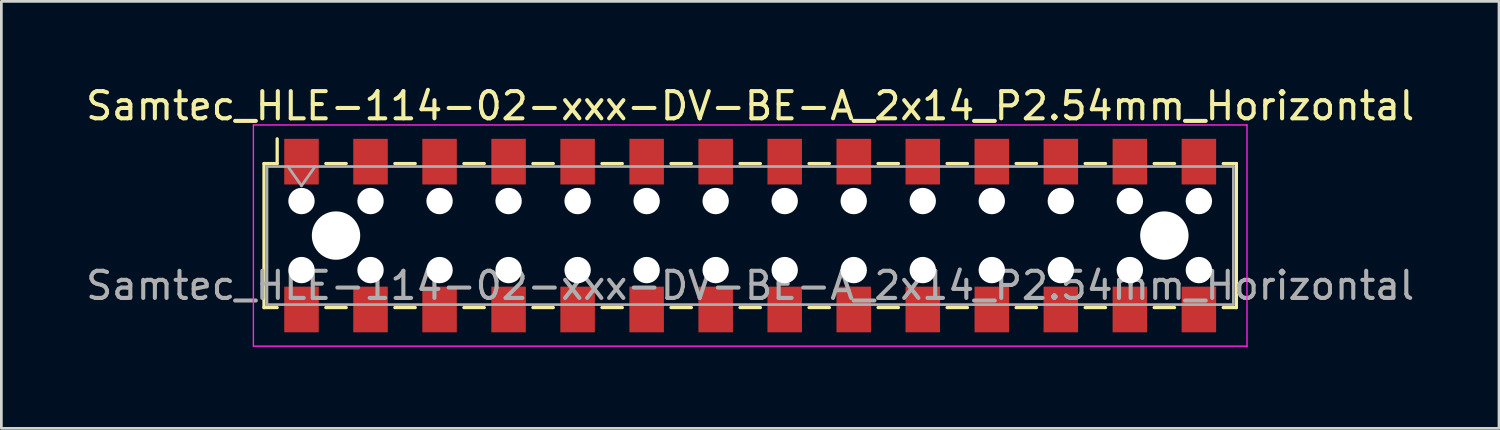
<source format=kicad_pcb>
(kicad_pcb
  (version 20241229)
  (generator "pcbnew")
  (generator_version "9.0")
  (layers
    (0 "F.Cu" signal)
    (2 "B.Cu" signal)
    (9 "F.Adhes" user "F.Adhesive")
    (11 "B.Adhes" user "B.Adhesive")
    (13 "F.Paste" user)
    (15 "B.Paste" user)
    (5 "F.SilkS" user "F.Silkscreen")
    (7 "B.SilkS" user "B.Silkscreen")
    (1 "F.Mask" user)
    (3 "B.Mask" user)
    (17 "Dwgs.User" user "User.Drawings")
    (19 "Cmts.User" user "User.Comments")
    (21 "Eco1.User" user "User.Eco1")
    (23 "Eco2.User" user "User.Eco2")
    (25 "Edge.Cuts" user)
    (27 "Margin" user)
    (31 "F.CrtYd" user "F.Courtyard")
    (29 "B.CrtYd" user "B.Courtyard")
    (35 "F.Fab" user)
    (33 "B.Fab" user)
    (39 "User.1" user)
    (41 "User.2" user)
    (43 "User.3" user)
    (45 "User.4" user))
  (footprint "Samtec_HLE-114-02-xxx-DV-BE-A_2x14_P2.54mm_Horizontal"
    (layer "F.Cu")
    (at 24.554 5.618)
    (property "Reference" "Samtec_HLE-114-02-xxx-DV-BE-A_2x14_P2.54mm_Horizontal" (at 0 -4.77 0) (layer "F.SilkS") (effects (font (size 1 1) (thickness 0.15))))
    (attr smd)
    (fp_line (start -17.89 -2.65) (end -17.89 2.65) (stroke (width 0.12) (type solid)) (layer "F.SilkS"))
    (fp_line (start -17.89 2.65) (end -17.405 2.65) (stroke (width 0.12) (type solid)) (layer "F.SilkS"))
    (fp_line (start -17.405 -3.56) (end -17.405 -2.65) (stroke (width 0.12) (type solid)) (layer "F.SilkS"))
    (fp_line (start -17.405 -2.65) (end -17.89 -2.65) (stroke (width 0.12) (type solid)) (layer "F.SilkS"))
    (fp_line (start -15.615 -2.65) (end -14.865 -2.65) (stroke (width 0.12) (type solid)) (layer "F.SilkS"))
    (fp_line (start -15.615 2.65) (end -14.865 2.65) (stroke (width 0.12) (type solid)) (layer "F.SilkS"))
    (fp_line (start -13.075 -2.65) (end -12.325 -2.65) (stroke (width 0.12) (type solid)) (layer "F.SilkS"))
    (fp_line (start -13.075 2.65) (end -12.325 2.65) (stroke (width 0.12) (type solid)) (layer "F.SilkS"))
    (fp_line (start -10.535 -2.65) (end -9.785 -2.65) (stroke (width 0.12) (type solid)) (layer "F.SilkS"))
    (fp_line (start -10.535 2.65) (end -9.785 2.65) (stroke (width 0.12) (type solid)) (layer "F.SilkS"))
    (fp_line (start -7.995 -2.65) (end -7.245 -2.65) (stroke (width 0.12) (type solid)) (layer "F.SilkS"))
    (fp_line (start -7.995 2.65) (end -7.245 2.65) (stroke (width 0.12) (type solid)) (layer "F.SilkS"))
    (fp_line (start -5.455 -2.65) (end -4.705 -2.65) (stroke (width 0.12) (type solid)) (layer "F.SilkS"))
    (fp_line (start -5.455 2.65) (end -4.705 2.65) (stroke (width 0.12) (type solid)) (layer "F.SilkS"))
    (fp_line (start -2.915 -2.65) (end -2.165 -2.65) (stroke (width 0.12) (type solid)) (layer "F.SilkS"))
    (fp_line (start -2.915 2.65) (end -2.165 2.65) (stroke (width 0.12) (type solid)) (layer "F.SilkS"))
    (fp_line (start -0.375 -2.65) (end 0.375 -2.65) (stroke (width 0.12) (type solid)) (layer "F.SilkS"))
    (fp_line (start -0.375 2.65) (end 0.375 2.65) (stroke (width 0.12) (type solid)) (layer "F.SilkS"))
    (fp_line (start 2.165 -2.65) (end 2.915 -2.65) (stroke (width 0.12) (type solid)) (layer "F.SilkS"))
    (fp_line (start 2.165 2.65) (end 2.915 2.65) (stroke (width 0.12) (type solid)) (layer "F.SilkS"))
    (fp_line (start 4.705 -2.65) (end 5.455 -2.65) (stroke (width 0.12) (type solid)) (layer "F.SilkS"))
    (fp_line (start 4.705 2.65) (end 5.455 2.65) (stroke (width 0.12) (type solid)) (layer "F.SilkS"))
    (fp_line (start 7.245 -2.65) (end 7.995 -2.65) (stroke (width 0.12) (type solid)) (layer "F.SilkS"))
    (fp_line (start 7.245 2.65) (end 7.995 2.65) (stroke (width 0.12) (type solid)) (layer "F.SilkS"))
    (fp_line (start 9.785 -2.65) (end 10.535 -2.65) (stroke (width 0.12) (type solid)) (layer "F.SilkS"))
    (fp_line (start 9.785 2.65) (end 10.535 2.65) (stroke (width 0.12) (type solid)) (layer "F.SilkS"))
    (fp_line (start 12.325 -2.65) (end 13.075 -2.65) (stroke (width 0.12) (type solid)) (layer "F.SilkS"))
    (fp_line (start 12.325 2.65) (end 13.075 2.65) (stroke (width 0.12) (type solid)) (layer "F.SilkS"))
    (fp_line (start 14.865 -2.65) (end 15.615 -2.65) (stroke (width 0.12) (type solid)) (layer "F.SilkS"))
    (fp_line (start 14.865 2.65) (end 15.615 2.65) (stroke (width 0.12) (type solid)) (layer "F.SilkS"))
    (fp_line (start 17.405 -2.65) (end 17.89 -2.65) (stroke (width 0.12) (type solid)) (layer "F.SilkS"))
    (fp_line (start 17.89 -2.65) (end 17.89 2.65) (stroke (width 0.12) (type solid)) (layer "F.SilkS"))
    (fp_line (start 17.89 2.65) (end 17.405 2.65) (stroke (width 0.12) (type solid)) (layer "F.SilkS"))
    (fp_line (start -18.28 -4.07) (end 18.28 -4.07) (stroke (width 0.05) (type solid)) (layer "F.CrtYd"))
    (fp_line (start -18.28 4.07) (end -18.28 -4.07) (stroke (width 0.05) (type solid)) (layer "F.CrtYd"))
    (fp_line (start 18.28 -4.07) (end 18.28 4.07) (stroke (width 0.05) (type solid)) (layer "F.CrtYd"))
    (fp_line (start 18.28 4.07) (end -18.28 4.07) (stroke (width 0.05) (type solid)) (layer "F.CrtYd"))
    (fp_line (start -17.78 -2.54) (end 17.78 -2.54) (stroke (width 0.1) (type solid)) (layer "F.Fab"))
    (fp_line (start -17.78 2.54) (end -17.78 -2.54) (stroke (width 0.1) (type solid)) (layer "F.Fab"))
    (fp_line (start -17.01 -2.54) (end -16.51 -1.833) (stroke (width 0.1) (type solid)) (layer "F.Fab"))
    (fp_line (start -16.51 -1.833) (end -16.01 -2.54) (stroke (width 0.1) (type solid)) (layer "F.Fab"))
    (fp_line (start 17.78 -2.54) (end 17.78 2.54) (stroke (width 0.1) (type solid)) (layer "F.Fab"))
    (fp_line (start 17.78 2.54) (end -17.78 2.54) (stroke (width 0.1) (type solid)) (layer "F.Fab"))
    (fp_text user "${REFERENCE}" (at 0 1.84 0) (layer "F.Fab") (effects (font (size 1 1) (thickness 0.15))))
    (pad "" np_thru_hole circle (at -16.51 -1.27) (size 0.97 0.97) (drill 0.97) (layers "*.Cu" "*.Mask"))
    (pad "" np_thru_hole circle (at -16.51 1.27) (size 0.97 0.97) (drill 0.97) (layers "*.Cu" "*.Mask"))
    (pad "" np_thru_hole circle (at -15.24 0) (size 1.78 1.78) (drill 1.78) (layers "*.Cu" "*.Mask"))
    (pad "" np_thru_hole circle (at -13.97 -1.27) (size 0.97 0.97) (drill 0.97) (layers "*.Cu" "*.Mask"))
    (pad "" np_thru_hole circle (at -13.97 1.27) (size 0.97 0.97) (drill 0.97) (layers "*.Cu" "*.Mask"))
    (pad "" np_thru_hole circle (at -11.43 -1.27) (size 0.97 0.97) (drill 0.97) (layers "*.Cu" "*.Mask"))
    (pad "" np_thru_hole circle (at -11.43 1.27) (size 0.97 0.97) (drill 0.97) (layers "*.Cu" "*.Mask"))
    (pad "" np_thru_hole circle (at -8.89 -1.27) (size 0.97 0.97) (drill 0.97) (layers "*.Cu" "*.Mask"))
    (pad "" np_thru_hole circle (at -8.89 1.27) (size 0.97 0.97) (drill 0.97) (layers "*.Cu" "*.Mask"))
    (pad "" np_thru_hole circle (at -6.35 -1.27) (size 0.97 0.97) (drill 0.97) (layers "*.Cu" "*.Mask"))
    (pad "" np_thru_hole circle (at -6.35 1.27) (size 0.97 0.97) (drill 0.97) (layers "*.Cu" "*.Mask"))
    (pad "" np_thru_hole circle (at -3.81 -1.27) (size 0.97 0.97) (drill 0.97) (layers "*.Cu" "*.Mask"))
    (pad "" np_thru_hole circle (at -3.81 1.27) (size 0.97 0.97) (drill 0.97) (layers "*.Cu" "*.Mask"))
    (pad "" np_thru_hole circle (at -1.27 -1.27) (size 0.97 0.97) (drill 0.97) (layers "*.Cu" "*.Mask"))
    (pad "" np_thru_hole circle (at -1.27 1.27) (size 0.97 0.97) (drill 0.97) (layers "*.Cu" "*.Mask"))
    (pad "" np_thru_hole circle (at 1.27 -1.27) (size 0.97 0.97) (drill 0.97) (layers "*.Cu" "*.Mask"))
    (pad "" np_thru_hole circle (at 1.27 1.27) (size 0.97 0.97) (drill 0.97) (layers "*.Cu" "*.Mask"))
    (pad "" np_thru_hole circle (at 3.81 -1.27) (size 0.97 0.97) (drill 0.97) (layers "*.Cu" "*.Mask"))
    (pad "" np_thru_hole circle (at 3.81 1.27) (size 0.97 0.97) (drill 0.97) (layers "*.Cu" "*.Mask"))
    (pad "" np_thru_hole circle (at 6.35 -1.27) (size 0.97 0.97) (drill 0.97) (layers "*.Cu" "*.Mask"))
    (pad "" np_thru_hole circle (at 6.35 1.27) (size 0.97 0.97) (drill 0.97) (layers "*.Cu" "*.Mask"))
    (pad "" np_thru_hole circle (at 8.89 -1.27) (size 0.97 0.97) (drill 0.97) (layers "*.Cu" "*.Mask"))
    (pad "" np_thru_hole circle (at 8.89 1.27) (size 0.97 0.97) (drill 0.97) (layers "*.Cu" "*.Mask"))
    (pad "" np_thru_hole circle (at 11.43 -1.27) (size 0.97 0.97) (drill 0.97) (layers "*.Cu" "*.Mask"))
    (pad "" np_thru_hole circle (at 11.43 1.27) (size 0.97 0.97) (drill 0.97) (layers "*.Cu" "*.Mask"))
    (pad "" np_thru_hole circle (at 13.97 -1.27) (size 0.97 0.97) (drill 0.97) (layers "*.Cu" "*.Mask"))
    (pad "" np_thru_hole circle (at 13.97 1.27) (size 0.97 0.97) (drill 0.97) (layers "*.Cu" "*.Mask"))
    (pad "" np_thru_hole circle (at 15.24 0) (size 1.78 1.78) (drill 1.78) (layers "*.Cu" "*.Mask"))
    (pad "" np_thru_hole circle (at 16.51 -1.27) (size 0.97 0.97) (drill 0.97) (layers "*.Cu" "*.Mask"))
    (pad "" np_thru_hole circle (at 16.51 1.27) (size 0.97 0.97) (drill 0.97) (layers "*.Cu" "*.Mask"))
    (pad "1" smd rect (at -16.51 -2.72) (size 1.27 1.68) (layers "F.Cu" "F.Mask" "F.Paste"))
    (pad "2" smd rect (at -16.51 2.72) (size 1.27 1.68) (layers "F.Cu" "F.Mask" "F.Paste"))
    (pad "3" smd rect (at -13.97 -2.72) (size 1.27 1.68) (layers "F.Cu" "F.Mask" "F.Paste"))
    (pad "4" smd rect (at -13.97 2.72) (size 1.27 1.68) (layers "F.Cu" "F.Mask" "F.Paste"))
    (pad "5" smd rect (at -11.43 -2.72) (size 1.27 1.68) (layers "F.Cu" "F.Mask" "F.Paste"))
    (pad "6" smd rect (at -11.43 2.72) (size 1.27 1.68) (layers "F.Cu" "F.Mask" "F.Paste"))
    (pad "7" smd rect (at -8.89 -2.72) (size 1.27 1.68) (layers "F.Cu" "F.Mask" "F.Paste"))
    (pad "8" smd rect (at -8.89 2.72) (size 1.27 1.68) (layers "F.Cu" "F.Mask" "F.Paste"))
    (pad "9" smd rect (at -6.35 -2.72) (size 1.27 1.68) (layers "F.Cu" "F.Mask" "F.Paste"))
    (pad "10" smd rect (at -6.35 2.72) (size 1.27 1.68) (layers "F.Cu" "F.Mask" "F.Paste"))
    (pad "11" smd rect (at -3.81 -2.72) (size 1.27 1.68) (layers "F.Cu" "F.Mask" "F.Paste"))
    (pad "12" smd rect (at -3.81 2.72) (size 1.27 1.68) (layers "F.Cu" "F.Mask" "F.Paste"))
    (pad "13" smd rect (at -1.27 -2.72) (size 1.27 1.68) (layers "F.Cu" "F.Mask" "F.Paste"))
    (pad "14" smd rect (at -1.27 2.72) (size 1.27 1.68) (layers "F.Cu" "F.Mask" "F.Paste"))
    (pad "15" smd rect (at 1.27 -2.72) (size 1.27 1.68) (layers "F.Cu" "F.Mask" "F.Paste"))
    (pad "16" smd rect (at 1.27 2.72) (size 1.27 1.68) (layers "F.Cu" "F.Mask" "F.Paste"))
    (pad "17" smd rect (at 3.81 -2.72) (size 1.27 1.68) (layers "F.Cu" "F.Mask" "F.Paste"))
    (pad "18" smd rect (at 3.81 2.72) (size 1.27 1.68) (layers "F.Cu" "F.Mask" "F.Paste"))
    (pad "19" smd rect (at 6.35 -2.72) (size 1.27 1.68) (layers "F.Cu" "F.Mask" "F.Paste"))
    (pad "20" smd rect (at 6.35 2.72) (size 1.27 1.68) (layers "F.Cu" "F.Mask" "F.Paste"))
    (pad "21" smd rect (at 8.89 -2.72) (size 1.27 1.68) (layers "F.Cu" "F.Mask" "F.Paste"))
    (pad "22" smd rect (at 8.89 2.72) (size 1.27 1.68) (layers "F.Cu" "F.Mask" "F.Paste"))
    (pad "23" smd rect (at 11.43 -2.72) (size 1.27 1.68) (layers "F.Cu" "F.Mask" "F.Paste"))
    (pad "24" smd rect (at 11.43 2.72) (size 1.27 1.68) (layers "F.Cu" "F.Mask" "F.Paste"))
    (pad "25" smd rect (at 13.97 -2.72) (size 1.27 1.68) (layers "F.Cu" "F.Mask" "F.Paste"))
    (pad "26" smd rect (at 13.97 2.72) (size 1.27 1.68) (layers "F.Cu" "F.Mask" "F.Paste"))
    (pad "27" smd rect (at 16.51 -2.72) (size 1.27 1.68) (layers "F.Cu" "F.Mask" "F.Paste"))
    (pad "28" smd rect (at 16.51 2.72) (size 1.27 1.68) (layers "F.Cu" "F.Mask" "F.Paste")))
  (gr_rect
    (start -3 -3)
    (end 52.107 12.713)
    (stroke (width 0.1) (type default))
    (fill no)
    (layer "Edge.Cuts")))
</source>
